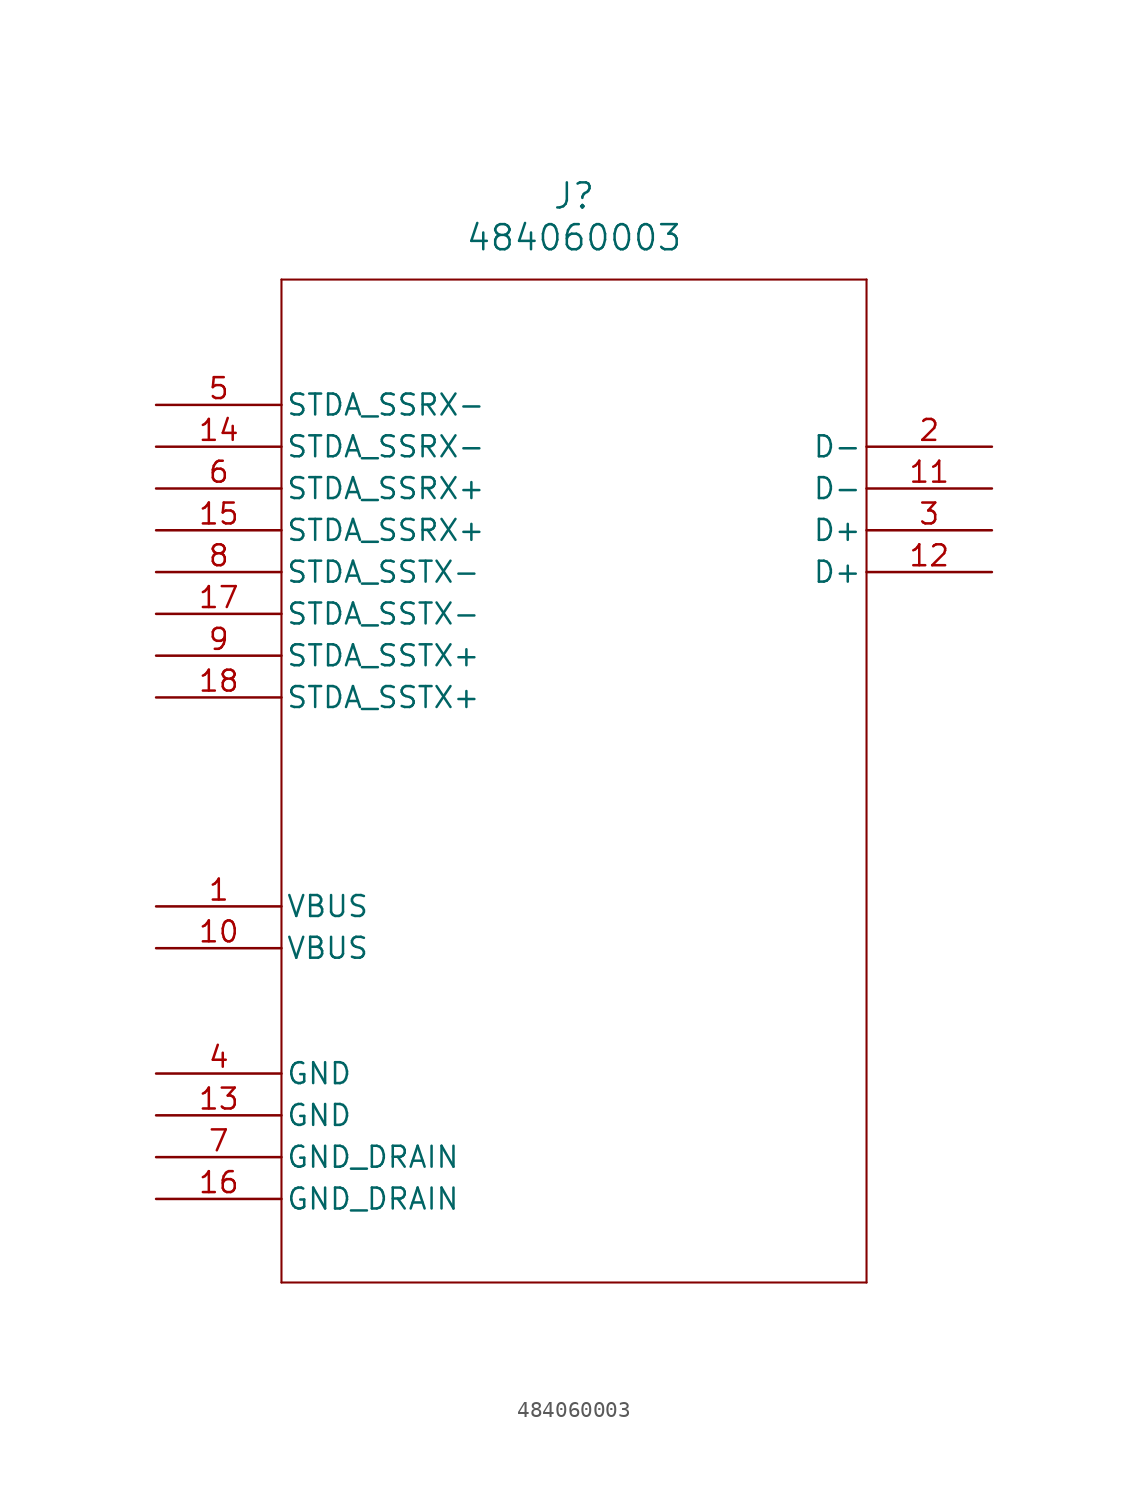
<source format=kicad_sym>
(kicad_symbol_lib
  (version 20211014)
  (generator kicad_symbol_editor)
  (symbol "484060003"
    (pin_names
      (offset 0.254))
    (property "Reference" "J"
      (at 25.4 12.7 0)
      (effects (font (size 1.524 1.524))))
    (property "Value" "484060003"
      (at 25.4 10.16 0)
      (effects (font (size 1.524 1.524))))
    (symbol "484060003_0_1"
      (polyline (pts (xy 7.62 7.62) (xy 7.62 -53.34)) (stroke (width 0.127) (type default) (color 0 0 0 0)) (fill (type none)))
      (polyline (pts (xy 7.62 -53.34) (xy 43.18 -53.34)) (stroke (width 0.127) (type default) (color 0 0 0 0)) (fill (type none)))
      (polyline (pts (xy 43.18 -53.34) (xy 43.18 7.62)) (stroke (width 0.127) (type default) (color 0 0 0 0)) (fill (type none)))
      (polyline (pts (xy 43.18 7.62) (xy 7.62 7.62)) (stroke (width 0.127) (type default) (color 0 0 0 0)) (fill (type none)))
      (pin power_in line (at 0 -30.48 0) (length 7.62) (name "VBUS" (effects (font (size 1.27 1.27)))) (number "1" (effects (font (size 1.27 1.27)))))
      (pin bidirectional line (at 50.8 -2.54 180) (length 7.62) (name "D-" (effects (font (size 1.27 1.27)))) (number "2" (effects (font (size 1.27 1.27)))))
      (pin bidirectional line (at 50.8 -7.62 180) (length 7.62) (name "D+" (effects (font (size 1.27 1.27)))) (number "3" (effects (font (size 1.27 1.27)))))
      (pin power_out line (at 0 -40.64 0) (length 7.62) (name "GND" (effects (font (size 1.27 1.27)))) (number "4" (effects (font (size 1.27 1.27)))))
      (pin bidirectional line (at 0 0 0) (length 7.62) (name "STDA_SSRX-" (effects (font (size 1.27 1.27)))) (number "5" (effects (font (size 1.27 1.27)))))
      (pin bidirectional line (at 0 -5.08 0) (length 7.62) (name "STDA_SSRX+" (effects (font (size 1.27 1.27)))) (number "6" (effects (font (size 1.27 1.27)))))
      (pin power_out line (at 0 -45.72 0) (length 7.62) (name "GND_DRAIN" (effects (font (size 1.27 1.27)))) (number "7" (effects (font (size 1.27 1.27)))))
      (pin bidirectional line (at 0 -10.16 0) (length 7.62) (name "STDA_SSTX-" (effects (font (size 1.27 1.27)))) (number "8" (effects (font (size 1.27 1.27)))))
      (pin bidirectional line (at 0 -15.24 0) (length 7.62) (name "STDA_SSTX+" (effects (font (size 1.27 1.27)))) (number "9" (effects (font (size 1.27 1.27)))))
      (pin power_in line (at 0 -33.02 0) (length 7.62) (name "VBUS" (effects (font (size 1.27 1.27)))) (number "10" (effects (font (size 1.27 1.27)))))
      (pin bidirectional line (at 50.8 -5.08 180) (length 7.62) (name "D-" (effects (font (size 1.27 1.27)))) (number "11" (effects (font (size 1.27 1.27)))))
      (pin bidirectional line (at 50.8 -10.16 180) (length 7.62) (name "D+" (effects (font (size 1.27 1.27)))) (number "12" (effects (font (size 1.27 1.27)))))
      (pin power_out line (at 0 -43.18 0) (length 7.62) (name "GND" (effects (font (size 1.27 1.27)))) (number "13" (effects (font (size 1.27 1.27)))))
      (pin bidirectional line (at 0 -2.54 0) (length 7.62) (name "STDA_SSRX-" (effects (font (size 1.27 1.27)))) (number "14" (effects (font (size 1.27 1.27)))))
      (pin bidirectional line (at 0 -7.62 0) (length 7.62) (name "STDA_SSRX+" (effects (font (size 1.27 1.27)))) (number "15" (effects (font (size 1.27 1.27)))))
      (pin power_out line (at 0 -48.26 0) (length 7.62) (name "GND_DRAIN" (effects (font (size 1.27 1.27)))) (number "16" (effects (font (size 1.27 1.27)))))
      (pin bidirectional line (at 0 -12.7 0) (length 7.62) (name "STDA_SSTX-" (effects (font (size 1.27 1.27)))) (number "17" (effects (font (size 1.27 1.27)))))
      (pin bidirectional line (at 0 -17.78 0) (length 7.62) (name "STDA_SSTX+" (effects (font (size 1.27 1.27)))) (number "18" (effects (font (size 1.27 1.27))))))))
</source>
